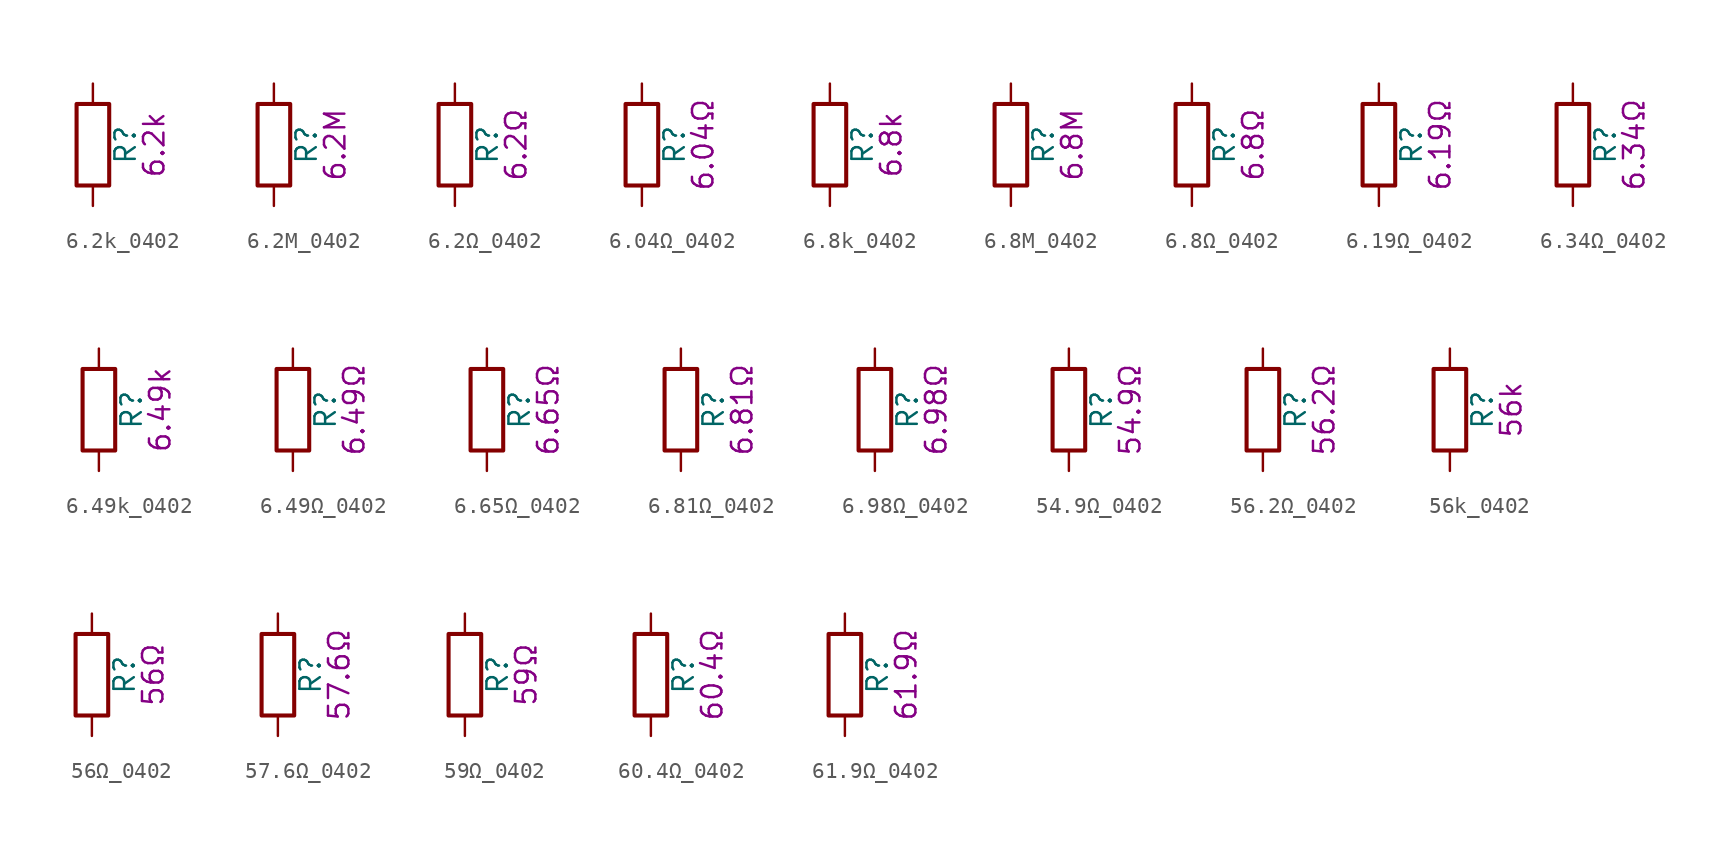
<source format=kicad_sym>
(kicad_symbol_lib
  (version 20211014)
  (generator kicad_symbol_editor)
  (symbol "6.2k_0402"
    (pin_numbers hide)
    (pin_names
      (offset 0))
    (property "Reference" "R"
      (at 2.032 0 90)
      (effects (font (size 1.27 1.27))))
    (property "Display" "6.2k"
      (at 3.81 0 90)
      (effects (font (size 1.27 1.27))))
    (symbol "6.2k_0402_0_1"
      (rectangle (start -1.016 -2.54) (end 1.016 2.54) (stroke (width 0.254) (type default) (color 0 0 0 0)) (fill (type none))))
    (symbol "6.2k_0402_1_1"
      (pin passive line (at 0 3.81 270) (length 1.27) (name "~" (effects (font (size 1.27 1.27)))) (number "1" (effects (font (size 1.27 1.27)))))
      (pin passive line (at 0 -3.81 90) (length 1.27) (name "~" (effects (font (size 1.27 1.27)))) (number "2" (effects (font (size 1.27 1.27)))))))
  (symbol "6.2M_0402"
    (pin_numbers hide)
    (pin_names
      (offset 0))
    (property "Reference" "R"
      (at 2.032 0 90)
      (effects (font (size 1.27 1.27))))
    (property "Display" "6.2M"
      (at 3.81 0 90)
      (effects (font (size 1.27 1.27))))
    (symbol "6.2M_0402_0_1"
      (rectangle (start -1.016 -2.54) (end 1.016 2.54) (stroke (width 0.254) (type default) (color 0 0 0 0)) (fill (type none))))
    (symbol "6.2M_0402_1_1"
      (pin passive line (at 0 3.81 270) (length 1.27) (name "~" (effects (font (size 1.27 1.27)))) (number "1" (effects (font (size 1.27 1.27)))))
      (pin passive line (at 0 -3.81 90) (length 1.27) (name "~" (effects (font (size 1.27 1.27)))) (number "2" (effects (font (size 1.27 1.27)))))))
  (symbol "6.2Ω_0402"
    (pin_numbers hide)
    (pin_names
      (offset 0))
    (property "Reference" "R"
      (at 2.032 0 90)
      (effects (font (size 1.27 1.27))))
    (property "Display" "6.2Ω"
      (at 3.81 0 90)
      (effects (font (size 1.27 1.27))))
    (symbol "6.2Ω_0402_0_1"
      (rectangle (start -1.016 -2.54) (end 1.016 2.54) (stroke (width 0.254) (type default) (color 0 0 0 0)) (fill (type none))))
    (symbol "6.2Ω_0402_1_1"
      (pin passive line (at 0 3.81 270) (length 1.27) (name "~" (effects (font (size 1.27 1.27)))) (number "1" (effects (font (size 1.27 1.27)))))
      (pin passive line (at 0 -3.81 90) (length 1.27) (name "~" (effects (font (size 1.27 1.27)))) (number "2" (effects (font (size 1.27 1.27)))))))
  (symbol "6.04Ω_0402"
    (pin_numbers hide)
    (pin_names
      (offset 0))
    (property "Reference" "R"
      (at 2.032 0 90)
      (effects (font (size 1.27 1.27))))
    (property "Display" "6.04Ω"
      (at 3.81 0 90)
      (effects (font (size 1.27 1.27))))
    (symbol "6.04Ω_0402_0_1"
      (rectangle (start -1.016 -2.54) (end 1.016 2.54) (stroke (width 0.254) (type default) (color 0 0 0 0)) (fill (type none))))
    (symbol "6.04Ω_0402_1_1"
      (pin passive line (at 0 3.81 270) (length 1.27) (name "~" (effects (font (size 1.27 1.27)))) (number "1" (effects (font (size 1.27 1.27)))))
      (pin passive line (at 0 -3.81 90) (length 1.27) (name "~" (effects (font (size 1.27 1.27)))) (number "2" (effects (font (size 1.27 1.27)))))))
  (symbol "6.8k_0402"
    (pin_numbers hide)
    (pin_names
      (offset 0))
    (property "Reference" "R"
      (at 2.032 0 90)
      (effects (font (size 1.27 1.27))))
    (property "Display" "6.8k"
      (at 3.81 0 90)
      (effects (font (size 1.27 1.27))))
    (symbol "6.8k_0402_0_1"
      (rectangle (start -1.016 -2.54) (end 1.016 2.54) (stroke (width 0.254) (type default) (color 0 0 0 0)) (fill (type none))))
    (symbol "6.8k_0402_1_1"
      (pin passive line (at 0 3.81 270) (length 1.27) (name "~" (effects (font (size 1.27 1.27)))) (number "1" (effects (font (size 1.27 1.27)))))
      (pin passive line (at 0 -3.81 90) (length 1.27) (name "~" (effects (font (size 1.27 1.27)))) (number "2" (effects (font (size 1.27 1.27)))))))
  (symbol "6.8M_0402"
    (pin_numbers hide)
    (pin_names
      (offset 0))
    (property "Reference" "R"
      (at 2.032 0 90)
      (effects (font (size 1.27 1.27))))
    (property "Display" "6.8M"
      (at 3.81 0 90)
      (effects (font (size 1.27 1.27))))
    (symbol "6.8M_0402_0_1"
      (rectangle (start -1.016 -2.54) (end 1.016 2.54) (stroke (width 0.254) (type default) (color 0 0 0 0)) (fill (type none))))
    (symbol "6.8M_0402_1_1"
      (pin passive line (at 0 3.81 270) (length 1.27) (name "~" (effects (font (size 1.27 1.27)))) (number "1" (effects (font (size 1.27 1.27)))))
      (pin passive line (at 0 -3.81 90) (length 1.27) (name "~" (effects (font (size 1.27 1.27)))) (number "2" (effects (font (size 1.27 1.27)))))))
  (symbol "6.8Ω_0402"
    (pin_numbers hide)
    (pin_names
      (offset 0))
    (property "Reference" "R"
      (at 2.032 0 90)
      (effects (font (size 1.27 1.27))))
    (property "Display" "6.8Ω"
      (at 3.81 0 90)
      (effects (font (size 1.27 1.27))))
    (symbol "6.8Ω_0402_0_1"
      (rectangle (start -1.016 -2.54) (end 1.016 2.54) (stroke (width 0.254) (type default) (color 0 0 0 0)) (fill (type none))))
    (symbol "6.8Ω_0402_1_1"
      (pin passive line (at 0 3.81 270) (length 1.27) (name "~" (effects (font (size 1.27 1.27)))) (number "1" (effects (font (size 1.27 1.27)))))
      (pin passive line (at 0 -3.81 90) (length 1.27) (name "~" (effects (font (size 1.27 1.27)))) (number "2" (effects (font (size 1.27 1.27)))))))
  (symbol "6.19Ω_0402"
    (pin_numbers hide)
    (pin_names
      (offset 0))
    (property "Reference" "R"
      (at 2.032 0 90)
      (effects (font (size 1.27 1.27))))
    (property "Display" "6.19Ω"
      (at 3.81 0 90)
      (effects (font (size 1.27 1.27))))
    (symbol "6.19Ω_0402_0_1"
      (rectangle (start -1.016 -2.54) (end 1.016 2.54) (stroke (width 0.254) (type default) (color 0 0 0 0)) (fill (type none))))
    (symbol "6.19Ω_0402_1_1"
      (pin passive line (at 0 3.81 270) (length 1.27) (name "~" (effects (font (size 1.27 1.27)))) (number "1" (effects (font (size 1.27 1.27)))))
      (pin passive line (at 0 -3.81 90) (length 1.27) (name "~" (effects (font (size 1.27 1.27)))) (number "2" (effects (font (size 1.27 1.27)))))))
  (symbol "6.34Ω_0402"
    (pin_numbers hide)
    (pin_names
      (offset 0))
    (property "Reference" "R"
      (at 2.032 0 90)
      (effects (font (size 1.27 1.27))))
    (property "Display" "6.34Ω"
      (at 3.81 0 90)
      (effects (font (size 1.27 1.27))))
    (symbol "6.34Ω_0402_0_1"
      (rectangle (start -1.016 -2.54) (end 1.016 2.54) (stroke (width 0.254) (type default) (color 0 0 0 0)) (fill (type none))))
    (symbol "6.34Ω_0402_1_1"
      (pin passive line (at 0 3.81 270) (length 1.27) (name "~" (effects (font (size 1.27 1.27)))) (number "1" (effects (font (size 1.27 1.27)))))
      (pin passive line (at 0 -3.81 90) (length 1.27) (name "~" (effects (font (size 1.27 1.27)))) (number "2" (effects (font (size 1.27 1.27)))))))
  (symbol "6.49k_0402"
    (pin_numbers hide)
    (pin_names
      (offset 0))
    (property "Reference" "R"
      (at 2.032 0 90)
      (effects (font (size 1.27 1.27))))
    (property "Display" "6.49k"
      (at 3.81 0 90)
      (effects (font (size 1.27 1.27))))
    (symbol "6.49k_0402_0_1"
      (rectangle (start -1.016 -2.54) (end 1.016 2.54) (stroke (width 0.254) (type default) (color 0 0 0 0)) (fill (type none))))
    (symbol "6.49k_0402_1_1"
      (pin passive line (at 0 3.81 270) (length 1.27) (name "~" (effects (font (size 1.27 1.27)))) (number "1" (effects (font (size 1.27 1.27)))))
      (pin passive line (at 0 -3.81 90) (length 1.27) (name "~" (effects (font (size 1.27 1.27)))) (number "2" (effects (font (size 1.27 1.27)))))))
  (symbol "6.49Ω_0402"
    (pin_numbers hide)
    (pin_names
      (offset 0))
    (property "Reference" "R"
      (at 2.032 0 90)
      (effects (font (size 1.27 1.27))))
    (property "Display" "6.49Ω"
      (at 3.81 0 90)
      (effects (font (size 1.27 1.27))))
    (symbol "6.49Ω_0402_0_1"
      (rectangle (start -1.016 -2.54) (end 1.016 2.54) (stroke (width 0.254) (type default) (color 0 0 0 0)) (fill (type none))))
    (symbol "6.49Ω_0402_1_1"
      (pin passive line (at 0 3.81 270) (length 1.27) (name "~" (effects (font (size 1.27 1.27)))) (number "1" (effects (font (size 1.27 1.27)))))
      (pin passive line (at 0 -3.81 90) (length 1.27) (name "~" (effects (font (size 1.27 1.27)))) (number "2" (effects (font (size 1.27 1.27)))))))
  (symbol "6.65Ω_0402"
    (pin_numbers hide)
    (pin_names
      (offset 0))
    (property "Reference" "R"
      (at 2.032 0 90)
      (effects (font (size 1.27 1.27))))
    (property "Display" "6.65Ω"
      (at 3.81 0 90)
      (effects (font (size 1.27 1.27))))
    (symbol "6.65Ω_0402_0_1"
      (rectangle (start -1.016 -2.54) (end 1.016 2.54) (stroke (width 0.254) (type default) (color 0 0 0 0)) (fill (type none))))
    (symbol "6.65Ω_0402_1_1"
      (pin passive line (at 0 3.81 270) (length 1.27) (name "~" (effects (font (size 1.27 1.27)))) (number "1" (effects (font (size 1.27 1.27)))))
      (pin passive line (at 0 -3.81 90) (length 1.27) (name "~" (effects (font (size 1.27 1.27)))) (number "2" (effects (font (size 1.27 1.27)))))))
  (symbol "6.81Ω_0402"
    (pin_numbers hide)
    (pin_names
      (offset 0))
    (property "Reference" "R"
      (at 2.032 0 90)
      (effects (font (size 1.27 1.27))))
    (property "Display" "6.81Ω"
      (at 3.81 0 90)
      (effects (font (size 1.27 1.27))))
    (symbol "6.81Ω_0402_0_1"
      (rectangle (start -1.016 -2.54) (end 1.016 2.54) (stroke (width 0.254) (type default) (color 0 0 0 0)) (fill (type none))))
    (symbol "6.81Ω_0402_1_1"
      (pin passive line (at 0 3.81 270) (length 1.27) (name "~" (effects (font (size 1.27 1.27)))) (number "1" (effects (font (size 1.27 1.27)))))
      (pin passive line (at 0 -3.81 90) (length 1.27) (name "~" (effects (font (size 1.27 1.27)))) (number "2" (effects (font (size 1.27 1.27)))))))
  (symbol "6.98Ω_0402"
    (pin_numbers hide)
    (pin_names
      (offset 0))
    (property "Reference" "R"
      (at 2.032 0 90)
      (effects (font (size 1.27 1.27))))
    (property "Display" "6.98Ω"
      (at 3.81 0 90)
      (effects (font (size 1.27 1.27))))
    (symbol "6.98Ω_0402_0_1"
      (rectangle (start -1.016 -2.54) (end 1.016 2.54) (stroke (width 0.254) (type default) (color 0 0 0 0)) (fill (type none))))
    (symbol "6.98Ω_0402_1_1"
      (pin passive line (at 0 3.81 270) (length 1.27) (name "~" (effects (font (size 1.27 1.27)))) (number "1" (effects (font (size 1.27 1.27)))))
      (pin passive line (at 0 -3.81 90) (length 1.27) (name "~" (effects (font (size 1.27 1.27)))) (number "2" (effects (font (size 1.27 1.27)))))))
  (symbol "54.9Ω_0402"
    (pin_numbers hide)
    (pin_names
      (offset 0))
    (property "Reference" "R"
      (at 2.032 0 90)
      (effects (font (size 1.27 1.27))))
    (property "Display" "54.9Ω"
      (at 3.81 0 90)
      (effects (font (size 1.27 1.27))))
    (symbol "54.9Ω_0402_0_1"
      (rectangle (start -1.016 -2.54) (end 1.016 2.54) (stroke (width 0.254) (type default) (color 0 0 0 0)) (fill (type none))))
    (symbol "54.9Ω_0402_1_1"
      (pin passive line (at 0 3.81 270) (length 1.27) (name "~" (effects (font (size 1.27 1.27)))) (number "1" (effects (font (size 1.27 1.27)))))
      (pin passive line (at 0 -3.81 90) (length 1.27) (name "~" (effects (font (size 1.27 1.27)))) (number "2" (effects (font (size 1.27 1.27)))))))
  (symbol "56.2Ω_0402"
    (pin_numbers hide)
    (pin_names
      (offset 0))
    (property "Reference" "R"
      (at 2.032 0 90)
      (effects (font (size 1.27 1.27))))
    (property "Display" "56.2Ω"
      (at 3.81 0 90)
      (effects (font (size 1.27 1.27))))
    (symbol "56.2Ω_0402_0_1"
      (rectangle (start -1.016 -2.54) (end 1.016 2.54) (stroke (width 0.254) (type default) (color 0 0 0 0)) (fill (type none))))
    (symbol "56.2Ω_0402_1_1"
      (pin passive line (at 0 3.81 270) (length 1.27) (name "~" (effects (font (size 1.27 1.27)))) (number "1" (effects (font (size 1.27 1.27)))))
      (pin passive line (at 0 -3.81 90) (length 1.27) (name "~" (effects (font (size 1.27 1.27)))) (number "2" (effects (font (size 1.27 1.27)))))))
  (symbol "56k_0402"
    (pin_numbers hide)
    (pin_names
      (offset 0))
    (property "Reference" "R"
      (at 2.032 0 90)
      (effects (font (size 1.27 1.27))))
    (property "Display" "56k"
      (at 3.81 0 90)
      (effects (font (size 1.27 1.27))))
    (symbol "56k_0402_0_1"
      (rectangle (start -1.016 -2.54) (end 1.016 2.54) (stroke (width 0.254) (type default) (color 0 0 0 0)) (fill (type none))))
    (symbol "56k_0402_1_1"
      (pin passive line (at 0 3.81 270) (length 1.27) (name "~" (effects (font (size 1.27 1.27)))) (number "1" (effects (font (size 1.27 1.27)))))
      (pin passive line (at 0 -3.81 90) (length 1.27) (name "~" (effects (font (size 1.27 1.27)))) (number "2" (effects (font (size 1.27 1.27)))))))
  (symbol "56Ω_0402"
    (pin_numbers hide)
    (pin_names
      (offset 0))
    (property "Reference" "R"
      (at 2.032 0 90)
      (effects (font (size 1.27 1.27))))
    (property "Display" "56Ω"
      (at 3.81 0 90)
      (effects (font (size 1.27 1.27))))
    (symbol "56Ω_0402_0_1"
      (rectangle (start -1.016 -2.54) (end 1.016 2.54) (stroke (width 0.254) (type default) (color 0 0 0 0)) (fill (type none))))
    (symbol "56Ω_0402_1_1"
      (pin passive line (at 0 3.81 270) (length 1.27) (name "~" (effects (font (size 1.27 1.27)))) (number "1" (effects (font (size 1.27 1.27)))))
      (pin passive line (at 0 -3.81 90) (length 1.27) (name "~" (effects (font (size 1.27 1.27)))) (number "2" (effects (font (size 1.27 1.27)))))))
  (symbol "57.6Ω_0402"
    (pin_numbers hide)
    (pin_names
      (offset 0))
    (property "Reference" "R"
      (at 2.032 0 90)
      (effects (font (size 1.27 1.27))))
    (property "Display" "57.6Ω"
      (at 3.81 0 90)
      (effects (font (size 1.27 1.27))))
    (symbol "57.6Ω_0402_0_1"
      (rectangle (start -1.016 -2.54) (end 1.016 2.54) (stroke (width 0.254) (type default) (color 0 0 0 0)) (fill (type none))))
    (symbol "57.6Ω_0402_1_1"
      (pin passive line (at 0 3.81 270) (length 1.27) (name "~" (effects (font (size 1.27 1.27)))) (number "1" (effects (font (size 1.27 1.27)))))
      (pin passive line (at 0 -3.81 90) (length 1.27) (name "~" (effects (font (size 1.27 1.27)))) (number "2" (effects (font (size 1.27 1.27)))))))
  (symbol "59Ω_0402"
    (pin_numbers hide)
    (pin_names
      (offset 0))
    (property "Reference" "R"
      (at 2.032 0 90)
      (effects (font (size 1.27 1.27))))
    (property "Display" "59Ω"
      (at 3.81 0 90)
      (effects (font (size 1.27 1.27))))
    (symbol "59Ω_0402_0_1"
      (rectangle (start -1.016 -2.54) (end 1.016 2.54) (stroke (width 0.254) (type default) (color 0 0 0 0)) (fill (type none))))
    (symbol "59Ω_0402_1_1"
      (pin passive line (at 0 3.81 270) (length 1.27) (name "~" (effects (font (size 1.27 1.27)))) (number "1" (effects (font (size 1.27 1.27)))))
      (pin passive line (at 0 -3.81 90) (length 1.27) (name "~" (effects (font (size 1.27 1.27)))) (number "2" (effects (font (size 1.27 1.27)))))))
  (symbol "60.4Ω_0402"
    (pin_numbers hide)
    (pin_names
      (offset 0))
    (property "Reference" "R"
      (at 2.032 0 90)
      (effects (font (size 1.27 1.27))))
    (property "Display" "60.4Ω"
      (at 3.81 0 90)
      (effects (font (size 1.27 1.27))))
    (symbol "60.4Ω_0402_0_1"
      (rectangle (start -1.016 -2.54) (end 1.016 2.54) (stroke (width 0.254) (type default) (color 0 0 0 0)) (fill (type none))))
    (symbol "60.4Ω_0402_1_1"
      (pin passive line (at 0 3.81 270) (length 1.27) (name "~" (effects (font (size 1.27 1.27)))) (number "1" (effects (font (size 1.27 1.27)))))
      (pin passive line (at 0 -3.81 90) (length 1.27) (name "~" (effects (font (size 1.27 1.27)))) (number "2" (effects (font (size 1.27 1.27)))))))
  (symbol "61.9Ω_0402"
    (pin_numbers hide)
    (pin_names
      (offset 0))
    (property "Reference" "R"
      (at 2.032 0 90)
      (effects (font (size 1.27 1.27))))
    (property "Display" "61.9Ω"
      (at 3.81 0 90)
      (effects (font (size 1.27 1.27))))
    (symbol "61.9Ω_0402_0_1"
      (rectangle (start -1.016 -2.54) (end 1.016 2.54) (stroke (width 0.254) (type default) (color 0 0 0 0)) (fill (type none))))
    (symbol "61.9Ω_0402_1_1"
      (pin passive line (at 0 3.81 270) (length 1.27) (name "~" (effects (font (size 1.27 1.27)))) (number "1" (effects (font (size 1.27 1.27)))))
      (pin passive line (at 0 -3.81 90) (length 1.27) (name "~" (effects (font (size 1.27 1.27)))) (number "2" (effects (font (size 1.27 1.27))))))))
</source>
